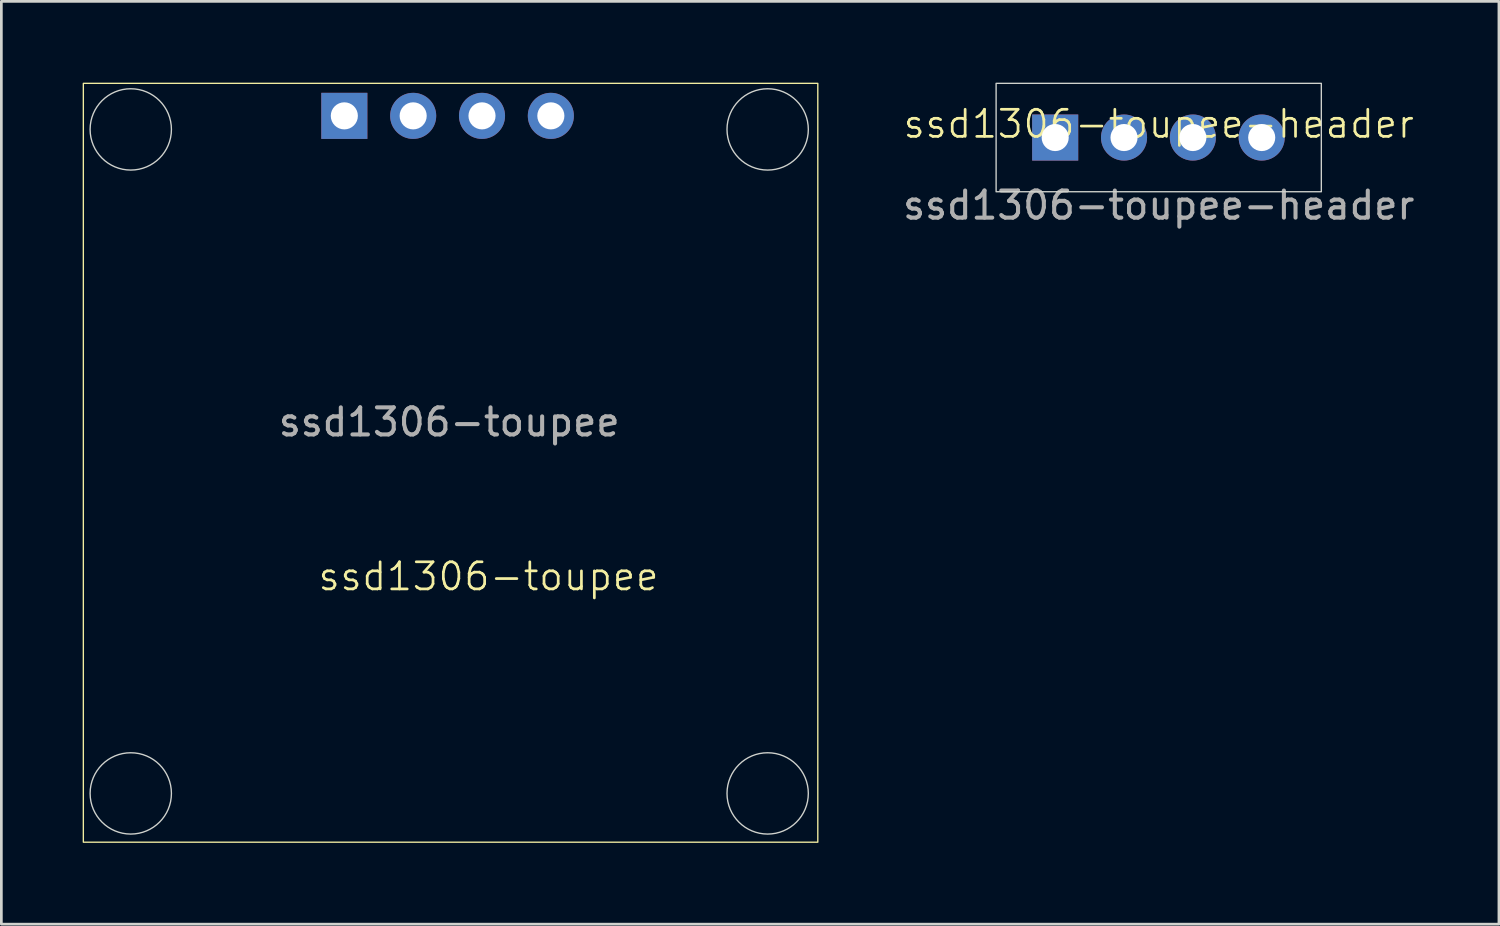
<source format=kicad_pcb>
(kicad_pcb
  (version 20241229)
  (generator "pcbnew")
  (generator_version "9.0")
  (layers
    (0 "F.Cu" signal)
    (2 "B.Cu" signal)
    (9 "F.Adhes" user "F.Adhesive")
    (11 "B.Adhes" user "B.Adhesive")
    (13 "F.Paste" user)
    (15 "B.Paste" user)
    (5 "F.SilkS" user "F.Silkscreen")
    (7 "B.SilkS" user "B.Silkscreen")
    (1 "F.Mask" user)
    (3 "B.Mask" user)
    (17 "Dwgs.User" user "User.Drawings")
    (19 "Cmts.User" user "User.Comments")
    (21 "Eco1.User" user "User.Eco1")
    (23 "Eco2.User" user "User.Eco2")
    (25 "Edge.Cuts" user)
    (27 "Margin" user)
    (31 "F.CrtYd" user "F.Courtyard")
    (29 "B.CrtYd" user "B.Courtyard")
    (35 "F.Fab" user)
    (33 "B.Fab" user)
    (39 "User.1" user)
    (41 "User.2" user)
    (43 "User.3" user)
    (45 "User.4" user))
  (footprint "ssd1306-toupee-header"
    (layer "F.Cu")
    (at 39.704 2.025)
    (property "Reference" "ssd1306-toupee-header" (at 0 -0.5 0) (unlocked yes) (layer "F.SilkS") (effects (font (size 1 1) (thickness 0.1))))
    (attr through_hole)
    (fp_rect (start -6 -2) (end 6 2) (stroke (width 0.05) (type default)) (fill no) (layer "Edge.Cuts"))
    (fp_text user "${REFERENCE}" (at 0 2.5 0) (unlocked yes) (layer "F.Fab") (effects (font (size 1 1) (thickness 0.15))))
    (pad "1" thru_hole rect (at -3.82 0) (size 1.7 1.7) (drill 1) (layers "*.Cu" "*.Mask"))
    (pad "2" thru_hole circle (at -1.28 0) (size 1.7 1.7) (drill 1) (layers "*.Cu" "*.Mask"))
    (pad "3" thru_hole circle (at 1.26 0) (size 1.7 1.7) (drill 1) (layers "*.Cu" "*.Mask"))
    (pad "4" thru_hole circle (at 3.8 0) (size 1.7 1.7) (drill 1) (layers "*.Cu" "*.Mask")))
  (footprint "ssd1306-toupee"
    (layer "F.Cu")
    (at 13.525 12.425)
    (property "Reference" "ssd1306-toupee" (at 1.45 5.797 0) (unlocked yes) (layer "F.SilkS") (effects (font (size 1 1) (thickness 0.1))))
    (attr through_hole)
    (fp_rect (start -13.5 -12.4) (end 13.6 15.6) (stroke (width 0.05) (type solid)) (fill no) (layer "F.SilkS"))
    (fp_circle (center -11.75 -10.7) (end -10.25 -10.7) (stroke (width 0.05) (type solid)) (fill no) (layer "Edge.Cuts"))
    (fp_circle (center -11.75 13.8) (end -10.25 13.8) (stroke (width 0.05) (type solid)) (fill no) (layer "Edge.Cuts"))
    (fp_circle (center 11.75 -10.7) (end 13.25 -10.7) (stroke (width 0.05) (type solid)) (fill no) (layer "Edge.Cuts"))
    (fp_circle (center 11.75 13.8) (end 13.25 13.8) (stroke (width 0.05) (type solid)) (fill no) (layer "Edge.Cuts"))
    (fp_text user "${REFERENCE}" (at 0 0.1 0) (layer "F.Fab") (effects (font (size 1 1) (thickness 0.15))))
    (pad "1" thru_hole rect (at -3.87 -11.2) (size 1.7 1.7) (drill 1) (layers "*.Cu" "*.Mask"))
    (pad "2" thru_hole circle (at -1.33 -11.2) (size 1.7 1.7) (drill 1) (layers "*.Cu" "*.Mask"))
    (pad "3" thru_hole circle (at 1.21 -11.2) (size 1.7 1.7) (drill 1) (layers "*.Cu" "*.Mask"))
    (pad "4" thru_hole circle (at 3.75 -11.2) (size 1.7 1.7) (drill 1) (layers "*.Cu" "*.Mask")))
  (gr_rect
    (start -3 -3)
    (end 52.257 31.05)
    (stroke (width 0.1) (type default))
    (fill no)
    (layer "Edge.Cuts")))
</source>
